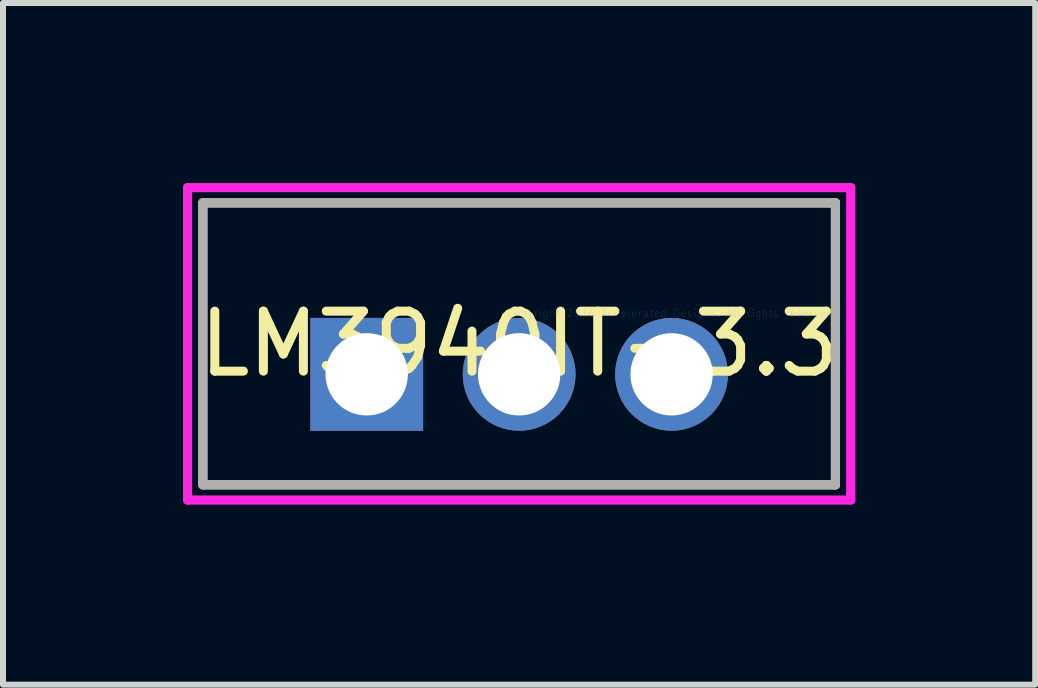
<source format=kicad_pcb>
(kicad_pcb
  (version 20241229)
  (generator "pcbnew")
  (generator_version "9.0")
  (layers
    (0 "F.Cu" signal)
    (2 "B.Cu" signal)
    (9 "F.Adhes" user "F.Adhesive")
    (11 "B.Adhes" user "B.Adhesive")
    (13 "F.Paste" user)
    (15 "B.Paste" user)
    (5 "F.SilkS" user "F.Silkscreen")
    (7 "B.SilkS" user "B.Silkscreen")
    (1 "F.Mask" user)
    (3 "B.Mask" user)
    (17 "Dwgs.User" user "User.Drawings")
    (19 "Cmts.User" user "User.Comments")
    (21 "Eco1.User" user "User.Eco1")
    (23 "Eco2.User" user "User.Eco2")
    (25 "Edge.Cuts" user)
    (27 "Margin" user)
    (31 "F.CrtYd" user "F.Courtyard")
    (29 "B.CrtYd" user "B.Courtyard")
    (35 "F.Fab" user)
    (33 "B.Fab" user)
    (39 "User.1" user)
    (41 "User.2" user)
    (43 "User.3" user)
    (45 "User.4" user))
  (footprint "LM3940IT-3.3"
    (layer "F.Cu")
    (at 8.141 2.172)
    (property "Reference" "LM3940IT-3.3" (at -2.54 0.508 0) (layer "F.SilkS") (effects (font (size 1 1) (thickness 0.15))))
    (attr through_hole)
    (fp_line (start -7.811 -1.841) (end -7.811 2.857) (stroke (width 0.152) (type solid)) (layer "F.SilkS"))
    (fp_line (start -7.811 2.857) (end 2.731 2.857) (stroke (width 0.152) (type solid)) (layer "F.SilkS"))
    (fp_line (start 2.731 -1.841) (end -7.811 -1.841) (stroke (width 0.152) (type solid)) (layer "F.SilkS"))
    (fp_line (start 2.731 2.857) (end 2.731 -1.841) (stroke (width 0.152) (type solid)) (layer "F.SilkS"))
    (fp_line (start -8.065 -2.095) (end 2.985 -2.095) (stroke (width 0.152) (type solid)) (layer "F.CrtYd"))
    (fp_line (start -8.065 3.111) (end -8.065 -2.095) (stroke (width 0.152) (type solid)) (layer "F.CrtYd"))
    (fp_line (start 2.985 -2.095) (end 2.985 3.111) (stroke (width 0.152) (type solid)) (layer "F.CrtYd"))
    (fp_line (start 2.985 3.111) (end -8.065 3.111) (stroke (width 0.152) (type solid)) (layer "F.CrtYd"))
    (fp_line (start -7.811 -1.841) (end -7.811 2.857) (stroke (width 0.152) (type solid)) (layer "F.Fab"))
    (fp_line (start -7.811 2.857) (end 2.731 2.857) (stroke (width 0.152) (type solid)) (layer "F.Fab"))
    (fp_line (start 2.731 -1.841) (end -7.811 -1.841) (stroke (width 0.152) (type solid)) (layer "F.Fab"))
    (fp_line (start 2.731 2.857) (end 2.731 -1.841) (stroke (width 0.152) (type solid)) (layer "F.Fab"))
    (fp_text user "Copyright 2016 Accelerated Designs. All rights reserved." (at 0 0 0) (layer "Cmts.User") (effects (font (size 0.127 0.127) (thickness 0.002))))
    (pad "1" thru_hole rect (at -5.08 1.016) (size 1.88 1.88) (drill 1.372) (layers "*.Cu" "*.Mask"))
    (pad "2" thru_hole circle (at -2.54 1.016) (size 1.88 1.88) (drill 1.372) (layers "*.Cu" "*.Mask"))
    (pad "3" thru_hole circle (at 0 1.016) (size 1.88 1.88) (drill 1.372) (layers "*.Cu" "*.Mask")))
  (gr_rect
    (start -3 -3)
    (end 14.201 8.359)
    (stroke (width 0.1) (type default))
    (fill no)
    (layer "Edge.Cuts")))
</source>
